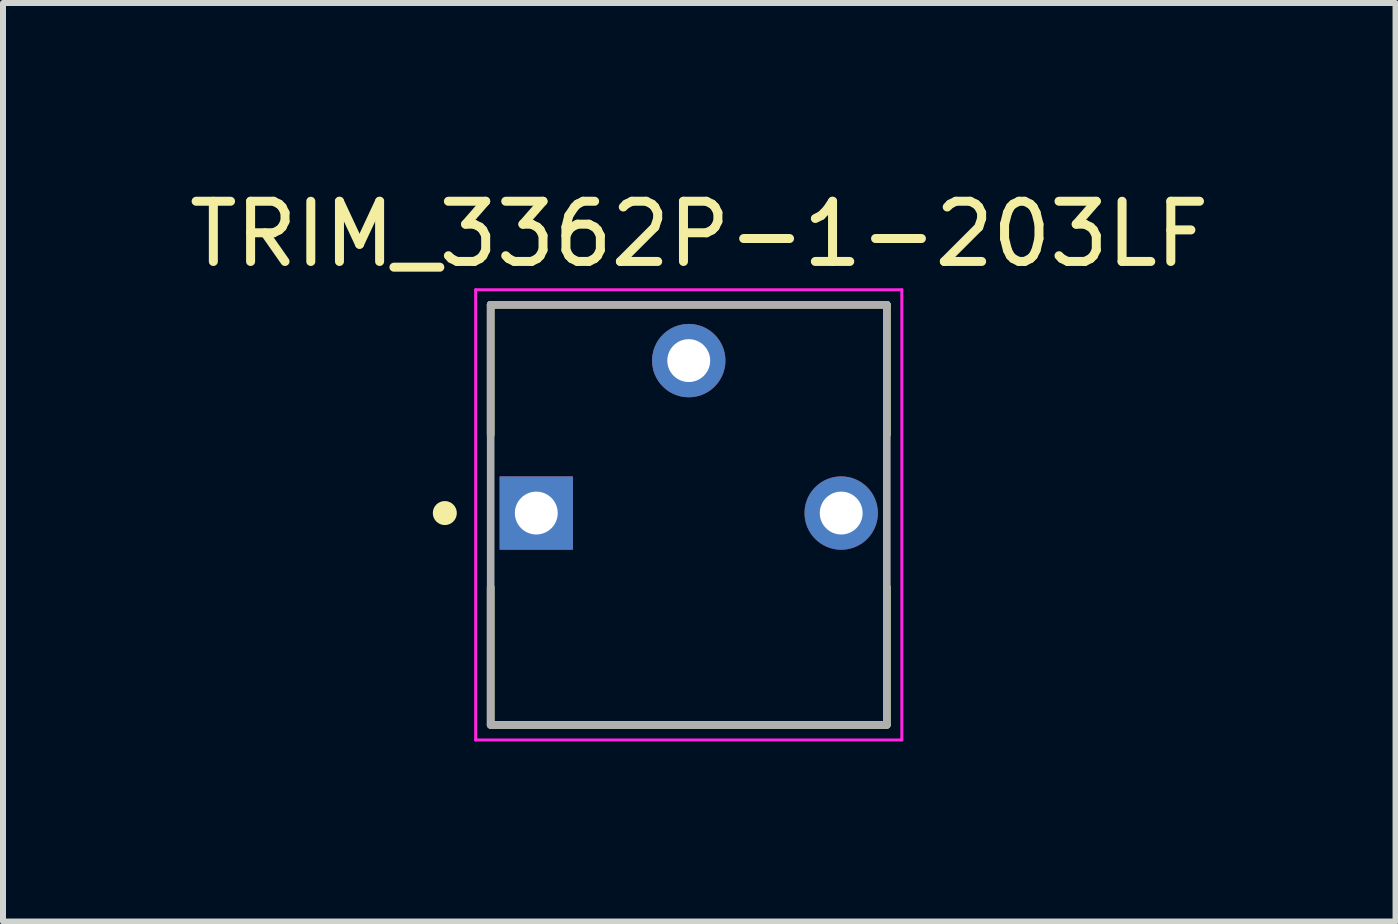
<source format=kicad_pcb>
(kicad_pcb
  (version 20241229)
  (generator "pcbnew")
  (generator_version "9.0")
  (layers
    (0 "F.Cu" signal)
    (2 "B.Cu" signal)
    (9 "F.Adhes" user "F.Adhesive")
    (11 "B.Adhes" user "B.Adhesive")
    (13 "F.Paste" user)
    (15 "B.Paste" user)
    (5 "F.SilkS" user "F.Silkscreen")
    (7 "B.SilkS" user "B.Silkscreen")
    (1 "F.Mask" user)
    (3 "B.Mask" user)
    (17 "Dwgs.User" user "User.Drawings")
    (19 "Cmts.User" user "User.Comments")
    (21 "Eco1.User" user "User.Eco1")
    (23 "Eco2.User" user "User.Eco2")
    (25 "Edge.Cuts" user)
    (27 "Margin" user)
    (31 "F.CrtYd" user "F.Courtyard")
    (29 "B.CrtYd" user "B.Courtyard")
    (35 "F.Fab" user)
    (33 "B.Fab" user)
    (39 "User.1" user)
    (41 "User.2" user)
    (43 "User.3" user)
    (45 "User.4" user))
  (footprint "TRIM_3362P-1-203LF"
    (layer "F.Cu")
    (at 8.425 5.498)
    (property "Reference" "TRIM_3362P-1-203LF" (at 0.175 -4.648 0) (layer "F.SilkS") (effects (font (size 1.003 1.003) (thickness 0.15))))
    (attr through_hole)
    (fp_line (start -3.3 -3.47) (end 3.3 -3.47) (stroke (width 0.127) (type solid)) (layer "F.SilkS"))
    (fp_line (start -3.3 -1.305) (end -3.3 -3.47) (stroke (width 0.127) (type solid)) (layer "F.SilkS"))
    (fp_line (start -3.3 3.52) (end -3.3 1.235) (stroke (width 0.127) (type solid)) (layer "F.SilkS"))
    (fp_line (start 3.3 -3.47) (end 3.3 -1.305) (stroke (width 0.127) (type solid)) (layer "F.SilkS"))
    (fp_line (start 3.3 1.235) (end 3.3 3.52) (stroke (width 0.127) (type solid)) (layer "F.SilkS"))
    (fp_line (start 3.3 3.53) (end -3.3 3.53) (stroke (width 0.127) (type solid)) (layer "F.SilkS"))
    (fp_circle (center -4.064 0) (end -3.964 0) (stroke (width 0.2) (type solid)) (fill no) (layer "F.SilkS"))
    (fp_line (start -3.55 -3.72) (end 3.55 -3.72) (stroke (width 0.05) (type solid)) (layer "F.CrtYd"))
    (fp_line (start -3.55 3.78) (end -3.55 -3.72) (stroke (width 0.05) (type solid)) (layer "F.CrtYd"))
    (fp_line (start 3.55 -3.72) (end 3.55 3.78) (stroke (width 0.05) (type solid)) (layer "F.CrtYd"))
    (fp_line (start 3.55 3.78) (end -3.55 3.78) (stroke (width 0.05) (type solid)) (layer "F.CrtYd"))
    (fp_line (start -3.3 -3.47) (end 3.3 -3.47) (stroke (width 0.127) (type solid)) (layer "F.Fab"))
    (fp_line (start -3.3 3.53) (end -3.3 -3.47) (stroke (width 0.127) (type solid)) (layer "F.Fab"))
    (fp_line (start 3.3 -3.47) (end 3.3 3.53) (stroke (width 0.127) (type solid)) (layer "F.Fab"))
    (fp_line (start 3.3 3.53) (end -3.3 3.53) (stroke (width 0.127) (type solid)) (layer "F.Fab"))
    (pad "1" thru_hole rect (at -2.54 0) (size 1.222 1.222) (drill 0.714) (layers "*.Cu" "*.Mask"))
    (pad "2" thru_hole circle (at 0 -2.54) (size 1.222 1.222) (drill 0.714) (layers "*.Cu" "*.Mask"))
    (pad "3" thru_hole circle (at 2.54 0) (size 1.222 1.222) (drill 0.714) (layers "*.Cu" "*.Mask")))
  (gr_rect
    (start -3 -3)
    (end 20.201 12.303)
    (stroke (width 0.1) (type default))
    (fill no)
    (layer "Edge.Cuts")))
</source>
